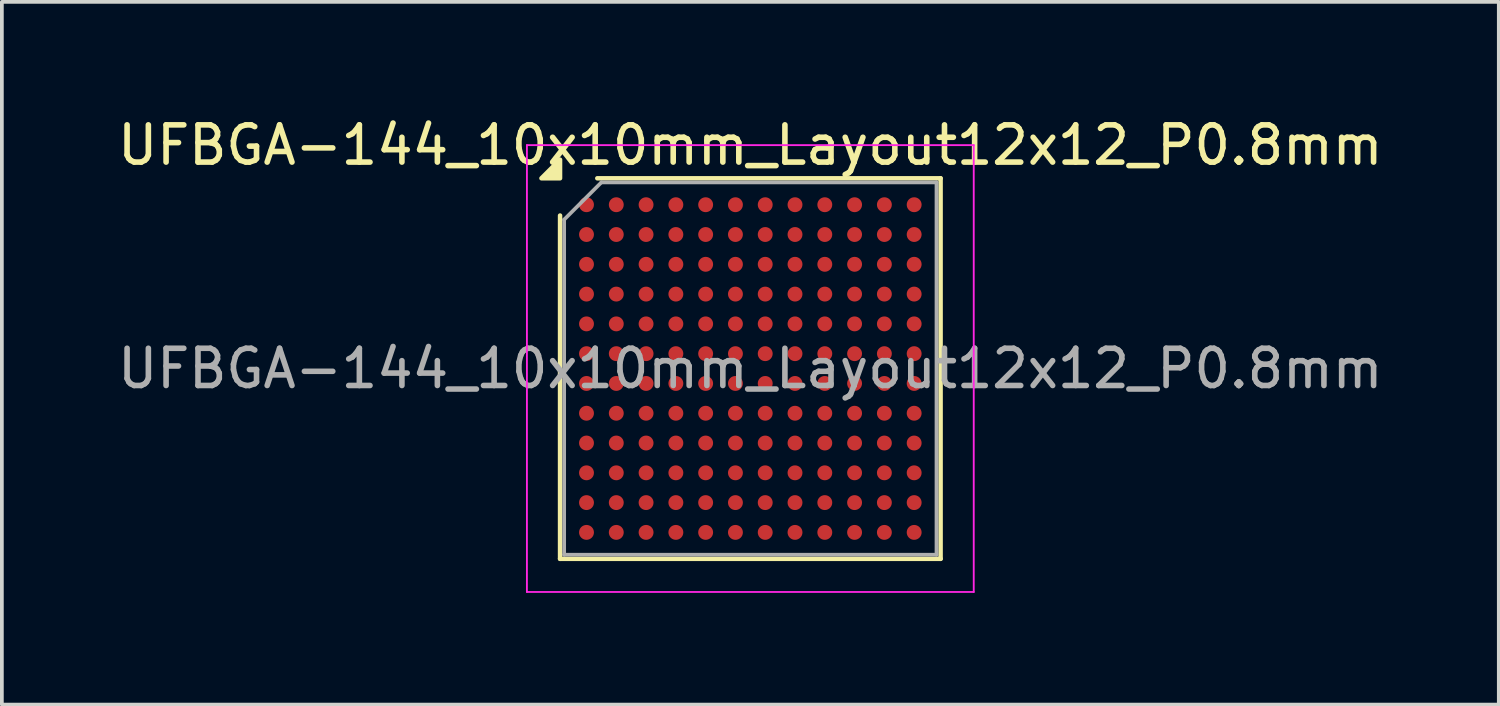
<source format=kicad_pcb>
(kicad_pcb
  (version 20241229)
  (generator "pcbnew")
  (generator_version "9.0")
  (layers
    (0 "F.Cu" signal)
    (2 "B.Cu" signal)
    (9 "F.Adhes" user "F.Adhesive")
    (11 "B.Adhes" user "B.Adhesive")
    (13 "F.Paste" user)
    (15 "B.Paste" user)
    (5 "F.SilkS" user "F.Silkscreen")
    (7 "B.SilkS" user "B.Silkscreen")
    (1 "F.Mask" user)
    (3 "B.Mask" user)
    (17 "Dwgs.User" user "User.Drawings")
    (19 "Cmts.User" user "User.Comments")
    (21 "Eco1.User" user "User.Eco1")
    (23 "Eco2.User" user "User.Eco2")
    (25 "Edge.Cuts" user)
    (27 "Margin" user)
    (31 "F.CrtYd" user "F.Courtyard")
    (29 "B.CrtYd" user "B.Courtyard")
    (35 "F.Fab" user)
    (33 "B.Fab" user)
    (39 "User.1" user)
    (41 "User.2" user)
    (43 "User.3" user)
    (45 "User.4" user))
  (footprint "UFBGA-144_10x10mm_Layout12x12_P0.8mm"
    (layer "F.Cu")
    (at 17.101 6.848)
    (property "Reference" "UFBGA-144_10x10mm_Layout12x12_P0.8mm" (at 0 -6 0) (layer "F.SilkS") (effects (font (size 1 1) (thickness 0.15))))
    (attr smd)
    (fp_line (start -5.11 5.11) (end -5.11 -4.11) (stroke (width 0.12) (type solid)) (layer "F.SilkS"))
    (fp_line (start -4.11 -5.11) (end 5.11 -5.11) (stroke (width 0.12) (type solid)) (layer "F.SilkS"))
    (fp_line (start 5.11 -5.11) (end 5.11 5.11) (stroke (width 0.12) (type solid)) (layer "F.SilkS"))
    (fp_line (start 5.11 5.11) (end -5.11 5.11) (stroke (width 0.12) (type solid)) (layer "F.SilkS"))
    (fp_poly (pts (xy -5.11 -5.11) (xy -5.61 -5.11) (xy -5.11 -5.61) (xy -5.11 -5.11)) (stroke (width 0.12) (type solid)) (fill yes) (layer "F.SilkS"))
    (fp_line (start -6 -6) (end -6 6) (stroke (width 0.05) (type solid)) (layer "F.CrtYd"))
    (fp_line (start -6 6) (end 6 6) (stroke (width 0.05) (type solid)) (layer "F.CrtYd"))
    (fp_line (start 6 -6) (end -6 -6) (stroke (width 0.05) (type solid)) (layer "F.CrtYd"))
    (fp_line (start 6 6) (end 6 -6) (stroke (width 0.05) (type solid)) (layer "F.CrtYd"))
    (fp_line (start -5 -4) (end -4 -5) (stroke (width 0.1) (type solid)) (layer "F.Fab"))
    (fp_line (start -5 5) (end -5 -4) (stroke (width 0.1) (type solid)) (layer "F.Fab"))
    (fp_line (start -4 -5) (end 5 -5) (stroke (width 0.1) (type solid)) (layer "F.Fab"))
    (fp_line (start 5 -5) (end 5 5) (stroke (width 0.1) (type solid)) (layer "F.Fab"))
    (fp_line (start 5 5) (end -5 5) (stroke (width 0.1) (type solid)) (layer "F.Fab"))
    (fp_text user "${REFERENCE}" (at 0 0 0) (layer "F.Fab") (effects (font (size 1 1) (thickness 0.15))))
    (pad "A1" smd circle (at -4.4 -4.4) (size 0.4 0.4) (property pad_prop_bga) (layers "F.Cu" "F.Mask" "F.Paste"))
    (pad "A2" smd circle (at -3.6 -4.4) (size 0.4 0.4) (property pad_prop_bga) (layers "F.Cu" "F.Mask" "F.Paste"))
    (pad "A3" smd circle (at -2.8 -4.4) (size 0.4 0.4) (property pad_prop_bga) (layers "F.Cu" "F.Mask" "F.Paste"))
    (pad "A4" smd circle (at -2 -4.4) (size 0.4 0.4) (property pad_prop_bga) (layers "F.Cu" "F.Mask" "F.Paste"))
    (pad "A5" smd circle (at -1.2 -4.4) (size 0.4 0.4) (property pad_prop_bga) (layers "F.Cu" "F.Mask" "F.Paste"))
    (pad "A6" smd circle (at -0.4 -4.4) (size 0.4 0.4) (property pad_prop_bga) (layers "F.Cu" "F.Mask" "F.Paste"))
    (pad "A7" smd circle (at 0.4 -4.4) (size 0.4 0.4) (property pad_prop_bga) (layers "F.Cu" "F.Mask" "F.Paste"))
    (pad "A8" smd circle (at 1.2 -4.4) (size 0.4 0.4) (property pad_prop_bga) (layers "F.Cu" "F.Mask" "F.Paste"))
    (pad "A9" smd circle (at 2 -4.4) (size 0.4 0.4) (property pad_prop_bga) (layers "F.Cu" "F.Mask" "F.Paste"))
    (pad "A10" smd circle (at 2.8 -4.4) (size 0.4 0.4) (property pad_prop_bga) (layers "F.Cu" "F.Mask" "F.Paste"))
    (pad "A11" smd circle (at 3.6 -4.4) (size 0.4 0.4) (property pad_prop_bga) (layers "F.Cu" "F.Mask" "F.Paste"))
    (pad "A12" smd circle (at 4.4 -4.4) (size 0.4 0.4) (property pad_prop_bga) (layers "F.Cu" "F.Mask" "F.Paste"))
    (pad "B1" smd circle (at -4.4 -3.6) (size 0.4 0.4) (property pad_prop_bga) (layers "F.Cu" "F.Mask" "F.Paste"))
    (pad "B2" smd circle (at -3.6 -3.6) (size 0.4 0.4) (property pad_prop_bga) (layers "F.Cu" "F.Mask" "F.Paste"))
    (pad "B3" smd circle (at -2.8 -3.6) (size 0.4 0.4) (property pad_prop_bga) (layers "F.Cu" "F.Mask" "F.Paste"))
    (pad "B4" smd circle (at -2 -3.6) (size 0.4 0.4) (property pad_prop_bga) (layers "F.Cu" "F.Mask" "F.Paste"))
    (pad "B5" smd circle (at -1.2 -3.6) (size 0.4 0.4) (property pad_prop_bga) (layers "F.Cu" "F.Mask" "F.Paste"))
    (pad "B6" smd circle (at -0.4 -3.6) (size 0.4 0.4) (property pad_prop_bga) (layers "F.Cu" "F.Mask" "F.Paste"))
    (pad "B7" smd circle (at 0.4 -3.6) (size 0.4 0.4) (property pad_prop_bga) (layers "F.Cu" "F.Mask" "F.Paste"))
    (pad "B8" smd circle (at 1.2 -3.6) (size 0.4 0.4) (property pad_prop_bga) (layers "F.Cu" "F.Mask" "F.Paste"))
    (pad "B9" smd circle (at 2 -3.6) (size 0.4 0.4) (property pad_prop_bga) (layers "F.Cu" "F.Mask" "F.Paste"))
    (pad "B10" smd circle (at 2.8 -3.6) (size 0.4 0.4) (property pad_prop_bga) (layers "F.Cu" "F.Mask" "F.Paste"))
    (pad "B11" smd circle (at 3.6 -3.6) (size 0.4 0.4) (property pad_prop_bga) (layers "F.Cu" "F.Mask" "F.Paste"))
    (pad "B12" smd circle (at 4.4 -3.6) (size 0.4 0.4) (property pad_prop_bga) (layers "F.Cu" "F.Mask" "F.Paste"))
    (pad "C1" smd circle (at -4.4 -2.8) (size 0.4 0.4) (property pad_prop_bga) (layers "F.Cu" "F.Mask" "F.Paste"))
    (pad "C2" smd circle (at -3.6 -2.8) (size 0.4 0.4) (property pad_prop_bga) (layers "F.Cu" "F.Mask" "F.Paste"))
    (pad "C3" smd circle (at -2.8 -2.8) (size 0.4 0.4) (property pad_prop_bga) (layers "F.Cu" "F.Mask" "F.Paste"))
    (pad "C4" smd circle (at -2 -2.8) (size 0.4 0.4) (property pad_prop_bga) (layers "F.Cu" "F.Mask" "F.Paste"))
    (pad "C5" smd circle (at -1.2 -2.8) (size 0.4 0.4) (property pad_prop_bga) (layers "F.Cu" "F.Mask" "F.Paste"))
    (pad "C6" smd circle (at -0.4 -2.8) (size 0.4 0.4) (property pad_prop_bga) (layers "F.Cu" "F.Mask" "F.Paste"))
    (pad "C7" smd circle (at 0.4 -2.8) (size 0.4 0.4) (property pad_prop_bga) (layers "F.Cu" "F.Mask" "F.Paste"))
    (pad "C8" smd circle (at 1.2 -2.8) (size 0.4 0.4) (property pad_prop_bga) (layers "F.Cu" "F.Mask" "F.Paste"))
    (pad "C9" smd circle (at 2 -2.8) (size 0.4 0.4) (property pad_prop_bga) (layers "F.Cu" "F.Mask" "F.Paste"))
    (pad "C10" smd circle (at 2.8 -2.8) (size 0.4 0.4) (property pad_prop_bga) (layers "F.Cu" "F.Mask" "F.Paste"))
    (pad "C11" smd circle (at 3.6 -2.8) (size 0.4 0.4) (property pad_prop_bga) (layers "F.Cu" "F.Mask" "F.Paste"))
    (pad "C12" smd circle (at 4.4 -2.8) (size 0.4 0.4) (property pad_prop_bga) (layers "F.Cu" "F.Mask" "F.Paste"))
    (pad "D1" smd circle (at -4.4 -2) (size 0.4 0.4) (property pad_prop_bga) (layers "F.Cu" "F.Mask" "F.Paste"))
    (pad "D2" smd circle (at -3.6 -2) (size 0.4 0.4) (property pad_prop_bga) (layers "F.Cu" "F.Mask" "F.Paste"))
    (pad "D3" smd circle (at -2.8 -2) (size 0.4 0.4) (property pad_prop_bga) (layers "F.Cu" "F.Mask" "F.Paste"))
    (pad "D4" smd circle (at -2 -2) (size 0.4 0.4) (property pad_prop_bga) (layers "F.Cu" "F.Mask" "F.Paste"))
    (pad "D5" smd circle (at -1.2 -2) (size 0.4 0.4) (property pad_prop_bga) (layers "F.Cu" "F.Mask" "F.Paste"))
    (pad "D6" smd circle (at -0.4 -2) (size 0.4 0.4) (property pad_prop_bga) (layers "F.Cu" "F.Mask" "F.Paste"))
    (pad "D7" smd circle (at 0.4 -2) (size 0.4 0.4) (property pad_prop_bga) (layers "F.Cu" "F.Mask" "F.Paste"))
    (pad "D8" smd circle (at 1.2 -2) (size 0.4 0.4) (property pad_prop_bga) (layers "F.Cu" "F.Mask" "F.Paste"))
    (pad "D9" smd circle (at 2 -2) (size 0.4 0.4) (property pad_prop_bga) (layers "F.Cu" "F.Mask" "F.Paste"))
    (pad "D10" smd circle (at 2.8 -2) (size 0.4 0.4) (property pad_prop_bga) (layers "F.Cu" "F.Mask" "F.Paste"))
    (pad "D11" smd circle (at 3.6 -2) (size 0.4 0.4) (property pad_prop_bga) (layers "F.Cu" "F.Mask" "F.Paste"))
    (pad "D12" smd circle (at 4.4 -2) (size 0.4 0.4) (property pad_prop_bga) (layers "F.Cu" "F.Mask" "F.Paste"))
    (pad "E1" smd circle (at -4.4 -1.2) (size 0.4 0.4) (property pad_prop_bga) (layers "F.Cu" "F.Mask" "F.Paste"))
    (pad "E2" smd circle (at -3.6 -1.2) (size 0.4 0.4) (property pad_prop_bga) (layers "F.Cu" "F.Mask" "F.Paste"))
    (pad "E3" smd circle (at -2.8 -1.2) (size 0.4 0.4) (property pad_prop_bga) (layers "F.Cu" "F.Mask" "F.Paste"))
    (pad "E4" smd circle (at -2 -1.2) (size 0.4 0.4) (property pad_prop_bga) (layers "F.Cu" "F.Mask" "F.Paste"))
    (pad "E5" smd circle (at -1.2 -1.2) (size 0.4 0.4) (property pad_prop_bga) (layers "F.Cu" "F.Mask" "F.Paste"))
    (pad "E6" smd circle (at -0.4 -1.2) (size 0.4 0.4) (property pad_prop_bga) (layers "F.Cu" "F.Mask" "F.Paste"))
    (pad "E7" smd circle (at 0.4 -1.2) (size 0.4 0.4) (property pad_prop_bga) (layers "F.Cu" "F.Mask" "F.Paste"))
    (pad "E8" smd circle (at 1.2 -1.2) (size 0.4 0.4) (property pad_prop_bga) (layers "F.Cu" "F.Mask" "F.Paste"))
    (pad "E9" smd circle (at 2 -1.2) (size 0.4 0.4) (property pad_prop_bga) (layers "F.Cu" "F.Mask" "F.Paste"))
    (pad "E10" smd circle (at 2.8 -1.2) (size 0.4 0.4) (property pad_prop_bga) (layers "F.Cu" "F.Mask" "F.Paste"))
    (pad "E11" smd circle (at 3.6 -1.2) (size 0.4 0.4) (property pad_prop_bga) (layers "F.Cu" "F.Mask" "F.Paste"))
    (pad "E12" smd circle (at 4.4 -1.2) (size 0.4 0.4) (property pad_prop_bga) (layers "F.Cu" "F.Mask" "F.Paste"))
    (pad "F1" smd circle (at -4.4 -0.4) (size 0.4 0.4) (property pad_prop_bga) (layers "F.Cu" "F.Mask" "F.Paste"))
    (pad "F2" smd circle (at -3.6 -0.4) (size 0.4 0.4) (property pad_prop_bga) (layers "F.Cu" "F.Mask" "F.Paste"))
    (pad "F3" smd circle (at -2.8 -0.4) (size 0.4 0.4) (property pad_prop_bga) (layers "F.Cu" "F.Mask" "F.Paste"))
    (pad "F4" smd circle (at -2 -0.4) (size 0.4 0.4) (property pad_prop_bga) (layers "F.Cu" "F.Mask" "F.Paste"))
    (pad "F5" smd circle (at -1.2 -0.4) (size 0.4 0.4) (property pad_prop_bga) (layers "F.Cu" "F.Mask" "F.Paste"))
    (pad "F6" smd circle (at -0.4 -0.4) (size 0.4 0.4) (property pad_prop_bga) (layers "F.Cu" "F.Mask" "F.Paste"))
    (pad "F7" smd circle (at 0.4 -0.4) (size 0.4 0.4) (property pad_prop_bga) (layers "F.Cu" "F.Mask" "F.Paste"))
    (pad "F8" smd circle (at 1.2 -0.4) (size 0.4 0.4) (property pad_prop_bga) (layers "F.Cu" "F.Mask" "F.Paste"))
    (pad "F9" smd circle (at 2 -0.4) (size 0.4 0.4) (property pad_prop_bga) (layers "F.Cu" "F.Mask" "F.Paste"))
    (pad "F10" smd circle (at 2.8 -0.4) (size 0.4 0.4) (property pad_prop_bga) (layers "F.Cu" "F.Mask" "F.Paste"))
    (pad "F11" smd circle (at 3.6 -0.4) (size 0.4 0.4) (property pad_prop_bga) (layers "F.Cu" "F.Mask" "F.Paste"))
    (pad "F12" smd circle (at 4.4 -0.4) (size 0.4 0.4) (property pad_prop_bga) (layers "F.Cu" "F.Mask" "F.Paste"))
    (pad "G1" smd circle (at -4.4 0.4) (size 0.4 0.4) (property pad_prop_bga) (layers "F.Cu" "F.Mask" "F.Paste"))
    (pad "G2" smd circle (at -3.6 0.4) (size 0.4 0.4) (property pad_prop_bga) (layers "F.Cu" "F.Mask" "F.Paste"))
    (pad "G3" smd circle (at -2.8 0.4) (size 0.4 0.4) (property pad_prop_bga) (layers "F.Cu" "F.Mask" "F.Paste"))
    (pad "G4" smd circle (at -2 0.4) (size 0.4 0.4) (property pad_prop_bga) (layers "F.Cu" "F.Mask" "F.Paste"))
    (pad "G5" smd circle (at -1.2 0.4) (size 0.4 0.4) (property pad_prop_bga) (layers "F.Cu" "F.Mask" "F.Paste"))
    (pad "G6" smd circle (at -0.4 0.4) (size 0.4 0.4) (property pad_prop_bga) (layers "F.Cu" "F.Mask" "F.Paste"))
    (pad "G7" smd circle (at 0.4 0.4) (size 0.4 0.4) (property pad_prop_bga) (layers "F.Cu" "F.Mask" "F.Paste"))
    (pad "G8" smd circle (at 1.2 0.4) (size 0.4 0.4) (property pad_prop_bga) (layers "F.Cu" "F.Mask" "F.Paste"))
    (pad "G9" smd circle (at 2 0.4) (size 0.4 0.4) (property pad_prop_bga) (layers "F.Cu" "F.Mask" "F.Paste"))
    (pad "G10" smd circle (at 2.8 0.4) (size 0.4 0.4) (property pad_prop_bga) (layers "F.Cu" "F.Mask" "F.Paste"))
    (pad "G11" smd circle (at 3.6 0.4) (size 0.4 0.4) (property pad_prop_bga) (layers "F.Cu" "F.Mask" "F.Paste"))
    (pad "G12" smd circle (at 4.4 0.4) (size 0.4 0.4) (property pad_prop_bga) (layers "F.Cu" "F.Mask" "F.Paste"))
    (pad "H1" smd circle (at -4.4 1.2) (size 0.4 0.4) (property pad_prop_bga) (layers "F.Cu" "F.Mask" "F.Paste"))
    (pad "H2" smd circle (at -3.6 1.2) (size 0.4 0.4) (property pad_prop_bga) (layers "F.Cu" "F.Mask" "F.Paste"))
    (pad "H3" smd circle (at -2.8 1.2) (size 0.4 0.4) (property pad_prop_bga) (layers "F.Cu" "F.Mask" "F.Paste"))
    (pad "H4" smd circle (at -2 1.2) (size 0.4 0.4) (property pad_prop_bga) (layers "F.Cu" "F.Mask" "F.Paste"))
    (pad "H5" smd circle (at -1.2 1.2) (size 0.4 0.4) (property pad_prop_bga) (layers "F.Cu" "F.Mask" "F.Paste"))
    (pad "H6" smd circle (at -0.4 1.2) (size 0.4 0.4) (property pad_prop_bga) (layers "F.Cu" "F.Mask" "F.Paste"))
    (pad "H7" smd circle (at 0.4 1.2) (size 0.4 0.4) (property pad_prop_bga) (layers "F.Cu" "F.Mask" "F.Paste"))
    (pad "H8" smd circle (at 1.2 1.2) (size 0.4 0.4) (property pad_prop_bga) (layers "F.Cu" "F.Mask" "F.Paste"))
    (pad "H9" smd circle (at 2 1.2) (size 0.4 0.4) (property pad_prop_bga) (layers "F.Cu" "F.Mask" "F.Paste"))
    (pad "H10" smd circle (at 2.8 1.2) (size 0.4 0.4) (property pad_prop_bga) (layers "F.Cu" "F.Mask" "F.Paste"))
    (pad "H11" smd circle (at 3.6 1.2) (size 0.4 0.4) (property pad_prop_bga) (layers "F.Cu" "F.Mask" "F.Paste"))
    (pad "H12" smd circle (at 4.4 1.2) (size 0.4 0.4) (property pad_prop_bga) (layers "F.Cu" "F.Mask" "F.Paste"))
    (pad "J1" smd circle (at -4.4 2) (size 0.4 0.4) (property pad_prop_bga) (layers "F.Cu" "F.Mask" "F.Paste"))
    (pad "J2" smd circle (at -3.6 2) (size 0.4 0.4) (property pad_prop_bga) (layers "F.Cu" "F.Mask" "F.Paste"))
    (pad "J3" smd circle (at -2.8 2) (size 0.4 0.4) (property pad_prop_bga) (layers "F.Cu" "F.Mask" "F.Paste"))
    (pad "J4" smd circle (at -2 2) (size 0.4 0.4) (property pad_prop_bga) (layers "F.Cu" "F.Mask" "F.Paste"))
    (pad "J5" smd circle (at -1.2 2) (size 0.4 0.4) (property pad_prop_bga) (layers "F.Cu" "F.Mask" "F.Paste"))
    (pad "J6" smd circle (at -0.4 2) (size 0.4 0.4) (property pad_prop_bga) (layers "F.Cu" "F.Mask" "F.Paste"))
    (pad "J7" smd circle (at 0.4 2) (size 0.4 0.4) (property pad_prop_bga) (layers "F.Cu" "F.Mask" "F.Paste"))
    (pad "J8" smd circle (at 1.2 2) (size 0.4 0.4) (property pad_prop_bga) (layers "F.Cu" "F.Mask" "F.Paste"))
    (pad "J9" smd circle (at 2 2) (size 0.4 0.4) (property pad_prop_bga) (layers "F.Cu" "F.Mask" "F.Paste"))
    (pad "J10" smd circle (at 2.8 2) (size 0.4 0.4) (property pad_prop_bga) (layers "F.Cu" "F.Mask" "F.Paste"))
    (pad "J11" smd circle (at 3.6 2) (size 0.4 0.4) (property pad_prop_bga) (layers "F.Cu" "F.Mask" "F.Paste"))
    (pad "J12" smd circle (at 4.4 2) (size 0.4 0.4) (property pad_prop_bga) (layers "F.Cu" "F.Mask" "F.Paste"))
    (pad "K1" smd circle (at -4.4 2.8) (size 0.4 0.4) (property pad_prop_bga) (layers "F.Cu" "F.Mask" "F.Paste"))
    (pad "K2" smd circle (at -3.6 2.8) (size 0.4 0.4) (property pad_prop_bga) (layers "F.Cu" "F.Mask" "F.Paste"))
    (pad "K3" smd circle (at -2.8 2.8) (size 0.4 0.4) (property pad_prop_bga) (layers "F.Cu" "F.Mask" "F.Paste"))
    (pad "K4" smd circle (at -2 2.8) (size 0.4 0.4) (property pad_prop_bga) (layers "F.Cu" "F.Mask" "F.Paste"))
    (pad "K5" smd circle (at -1.2 2.8) (size 0.4 0.4) (property pad_prop_bga) (layers "F.Cu" "F.Mask" "F.Paste"))
    (pad "K6" smd circle (at -0.4 2.8) (size 0.4 0.4) (property pad_prop_bga) (layers "F.Cu" "F.Mask" "F.Paste"))
    (pad "K7" smd circle (at 0.4 2.8) (size 0.4 0.4) (property pad_prop_bga) (layers "F.Cu" "F.Mask" "F.Paste"))
    (pad "K8" smd circle (at 1.2 2.8) (size 0.4 0.4) (property pad_prop_bga) (layers "F.Cu" "F.Mask" "F.Paste"))
    (pad "K9" smd circle (at 2 2.8) (size 0.4 0.4) (property pad_prop_bga) (layers "F.Cu" "F.Mask" "F.Paste"))
    (pad "K10" smd circle (at 2.8 2.8) (size 0.4 0.4) (property pad_prop_bga) (layers "F.Cu" "F.Mask" "F.Paste"))
    (pad "K11" smd circle (at 3.6 2.8) (size 0.4 0.4) (property pad_prop_bga) (layers "F.Cu" "F.Mask" "F.Paste"))
    (pad "K12" smd circle (at 4.4 2.8) (size 0.4 0.4) (property pad_prop_bga) (layers "F.Cu" "F.Mask" "F.Paste"))
    (pad "L1" smd circle (at -4.4 3.6) (size 0.4 0.4) (property pad_prop_bga) (layers "F.Cu" "F.Mask" "F.Paste"))
    (pad "L2" smd circle (at -3.6 3.6) (size 0.4 0.4) (property pad_prop_bga) (layers "F.Cu" "F.Mask" "F.Paste"))
    (pad "L3" smd circle (at -2.8 3.6) (size 0.4 0.4) (property pad_prop_bga) (layers "F.Cu" "F.Mask" "F.Paste"))
    (pad "L4" smd circle (at -2 3.6) (size 0.4 0.4) (property pad_prop_bga) (layers "F.Cu" "F.Mask" "F.Paste"))
    (pad "L5" smd circle (at -1.2 3.6) (size 0.4 0.4) (property pad_prop_bga) (layers "F.Cu" "F.Mask" "F.Paste"))
    (pad "L6" smd circle (at -0.4 3.6) (size 0.4 0.4) (property pad_prop_bga) (layers "F.Cu" "F.Mask" "F.Paste"))
    (pad "L7" smd circle (at 0.4 3.6) (size 0.4 0.4) (property pad_prop_bga) (layers "F.Cu" "F.Mask" "F.Paste"))
    (pad "L8" smd circle (at 1.2 3.6) (size 0.4 0.4) (property pad_prop_bga) (layers "F.Cu" "F.Mask" "F.Paste"))
    (pad "L9" smd circle (at 2 3.6) (size 0.4 0.4) (property pad_prop_bga) (layers "F.Cu" "F.Mask" "F.Paste"))
    (pad "L10" smd circle (at 2.8 3.6) (size 0.4 0.4) (property pad_prop_bga) (layers "F.Cu" "F.Mask" "F.Paste"))
    (pad "L11" smd circle (at 3.6 3.6) (size 0.4 0.4) (property pad_prop_bga) (layers "F.Cu" "F.Mask" "F.Paste"))
    (pad "L12" smd circle (at 4.4 3.6) (size 0.4 0.4) (property pad_prop_bga) (layers "F.Cu" "F.Mask" "F.Paste"))
    (pad "M1" smd circle (at -4.4 4.4) (size 0.4 0.4) (property pad_prop_bga) (layers "F.Cu" "F.Mask" "F.Paste"))
    (pad "M2" smd circle (at -3.6 4.4) (size 0.4 0.4) (property pad_prop_bga) (layers "F.Cu" "F.Mask" "F.Paste"))
    (pad "M3" smd circle (at -2.8 4.4) (size 0.4 0.4) (property pad_prop_bga) (layers "F.Cu" "F.Mask" "F.Paste"))
    (pad "M4" smd circle (at -2 4.4) (size 0.4 0.4) (property pad_prop_bga) (layers "F.Cu" "F.Mask" "F.Paste"))
    (pad "M5" smd circle (at -1.2 4.4) (size 0.4 0.4) (property pad_prop_bga) (layers "F.Cu" "F.Mask" "F.Paste"))
    (pad "M6" smd circle (at -0.4 4.4) (size 0.4 0.4) (property pad_prop_bga) (layers "F.Cu" "F.Mask" "F.Paste"))
    (pad "M7" smd circle (at 0.4 4.4) (size 0.4 0.4) (property pad_prop_bga) (layers "F.Cu" "F.Mask" "F.Paste"))
    (pad "M8" smd circle (at 1.2 4.4) (size 0.4 0.4) (property pad_prop_bga) (layers "F.Cu" "F.Mask" "F.Paste"))
    (pad "M9" smd circle (at 2 4.4) (size 0.4 0.4) (property pad_prop_bga) (layers "F.Cu" "F.Mask" "F.Paste"))
    (pad "M10" smd circle (at 2.8 4.4) (size 0.4 0.4) (property pad_prop_bga) (layers "F.Cu" "F.Mask" "F.Paste"))
    (pad "M11" smd circle (at 3.6 4.4) (size 0.4 0.4) (property pad_prop_bga) (layers "F.Cu" "F.Mask" "F.Paste"))
    (pad "M12" smd circle (at 4.4 4.4) (size 0.4 0.4) (property pad_prop_bga) (layers "F.Cu" "F.Mask" "F.Paste")))
  (gr_rect
    (start -3 -3)
    (end 37.202 15.873)
    (stroke (width 0.1) (type default))
    (fill no)
    (layer "Edge.Cuts")))
</source>
